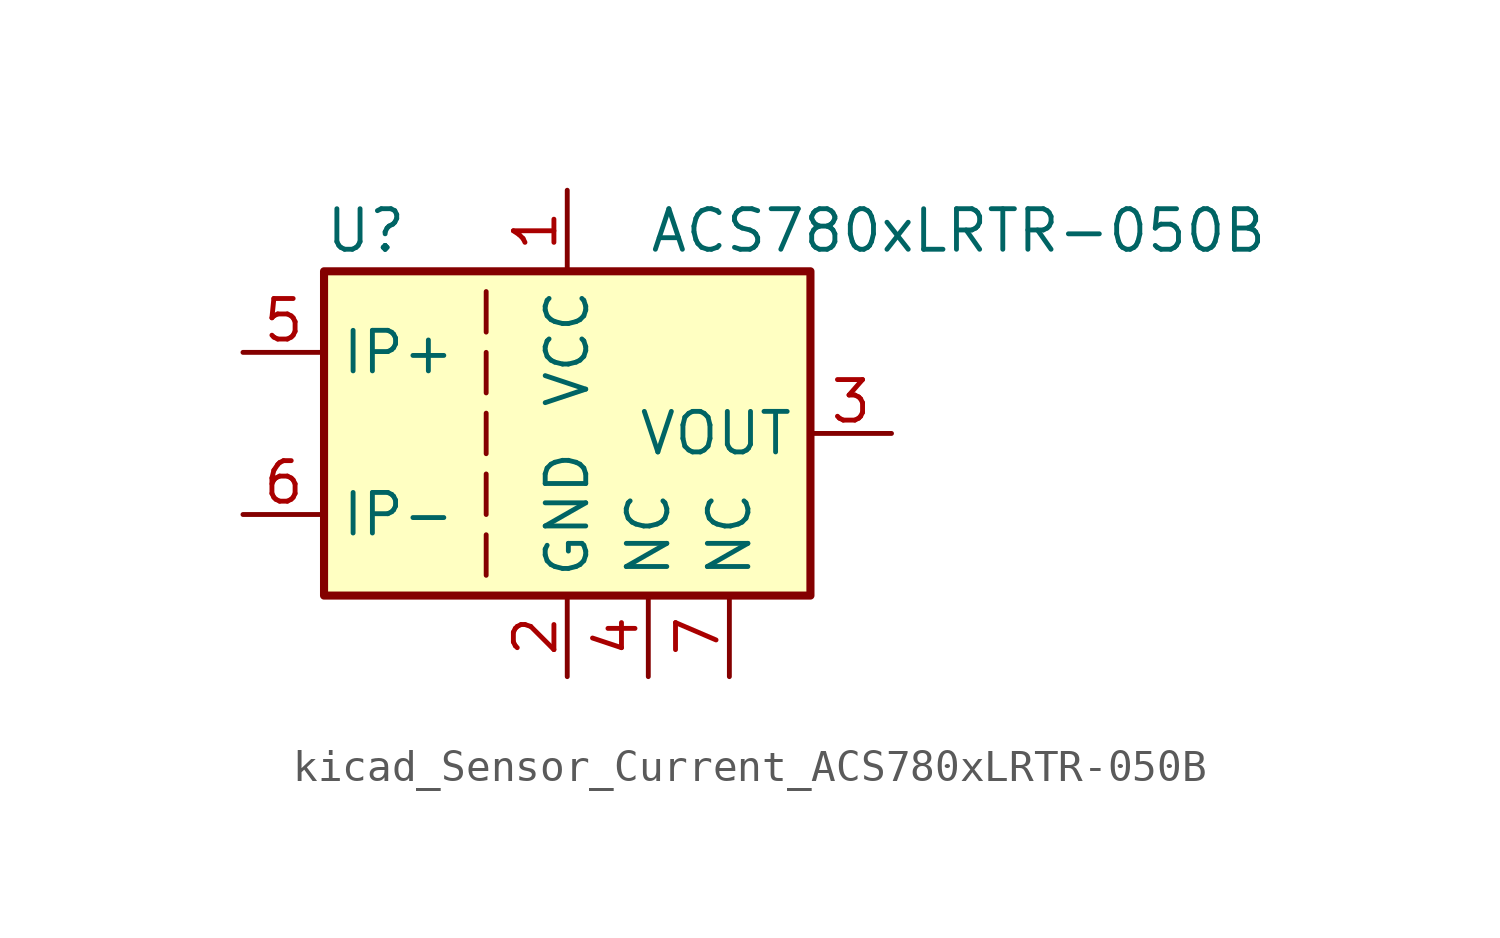
<source format=kicad_sym>
(kicad_symbol_lib
  (version 20220914)
  (generator kicad_symbol_editor)
  (symbol "kicad_Sensor_Current_ACS780xLRTR-050B"
    (property "Reference" "U"
      (at -7.62 6.35 0)
      (effects (font (size 1.27 1.27)) (justify left)))
    (property "Value" "ACS780xLRTR-050B"
      (at 2.54 6.35 0)
      (effects (font (size 1.27 1.27)) (justify left)))
    (symbol "kicad_Sensor_Current_ACS780xLRTR-050B_0_1"
      (rectangle (start -7.62 5.08) (end 7.62 -5.08) (stroke (width 0.254) (type default)) (fill (type background)))
      (polyline (pts (xy -2.54 -3.175) (xy -2.54 -4.445)) (stroke (width 0) (type default)) (fill (type none)))
      (polyline (pts (xy -2.54 -1.27) (xy -2.54 -2.54)) (stroke (width 0) (type default)) (fill (type none)))
      (polyline (pts (xy -2.54 0.635) (xy -2.54 -0.635)) (stroke (width 0) (type default)) (fill (type none)))
      (polyline (pts (xy -2.54 1.27) (xy -2.54 2.54)) (stroke (width 0) (type default)) (fill (type none)))
      (polyline (pts (xy -2.54 3.175) (xy -2.54 4.445)) (stroke (width 0) (type default)) (fill (type none))))
    (symbol "kicad_Sensor_Current_ACS780xLRTR-050B_1_1"
      (pin power_in line (at 0 7.62 270) (length 2.54) (name "VCC" (effects (font (size 1.27 1.27)))) (number "1" (effects (font (size 1.27 1.27)))))
      (pin power_in line (at 0 -7.62 90) (length 2.54) (name "GND" (effects (font (size 1.27 1.27)))) (number "2" (effects (font (size 1.27 1.27)))))
      (pin output line (at 10.16 0 180) (length 2.54) (name "VOUT" (effects (font (size 1.27 1.27)))) (number "3" (effects (font (size 1.27 1.27)))))
      (pin passive line (at 2.54 -7.62 90) (length 2.54) (name "NC" (effects (font (size 1.27 1.27)))) (number "4" (effects (font (size 1.27 1.27)))))
      (pin passive line (at -10.16 2.54 0) (length 2.54) (name "IP+" (effects (font (size 1.27 1.27)))) (number "5" (effects (font (size 1.27 1.27)))))
      (pin passive line (at -10.16 -2.54 0) (length 2.54) (name "IP-" (effects (font (size 1.27 1.27)))) (number "6" (effects (font (size 1.27 1.27)))))
      (pin passive line (at 5.08 -7.62 90) (length 2.54) (name "NC" (effects (font (size 1.27 1.27)))) (number "7" (effects (font (size 1.27 1.27))))))))
</source>
